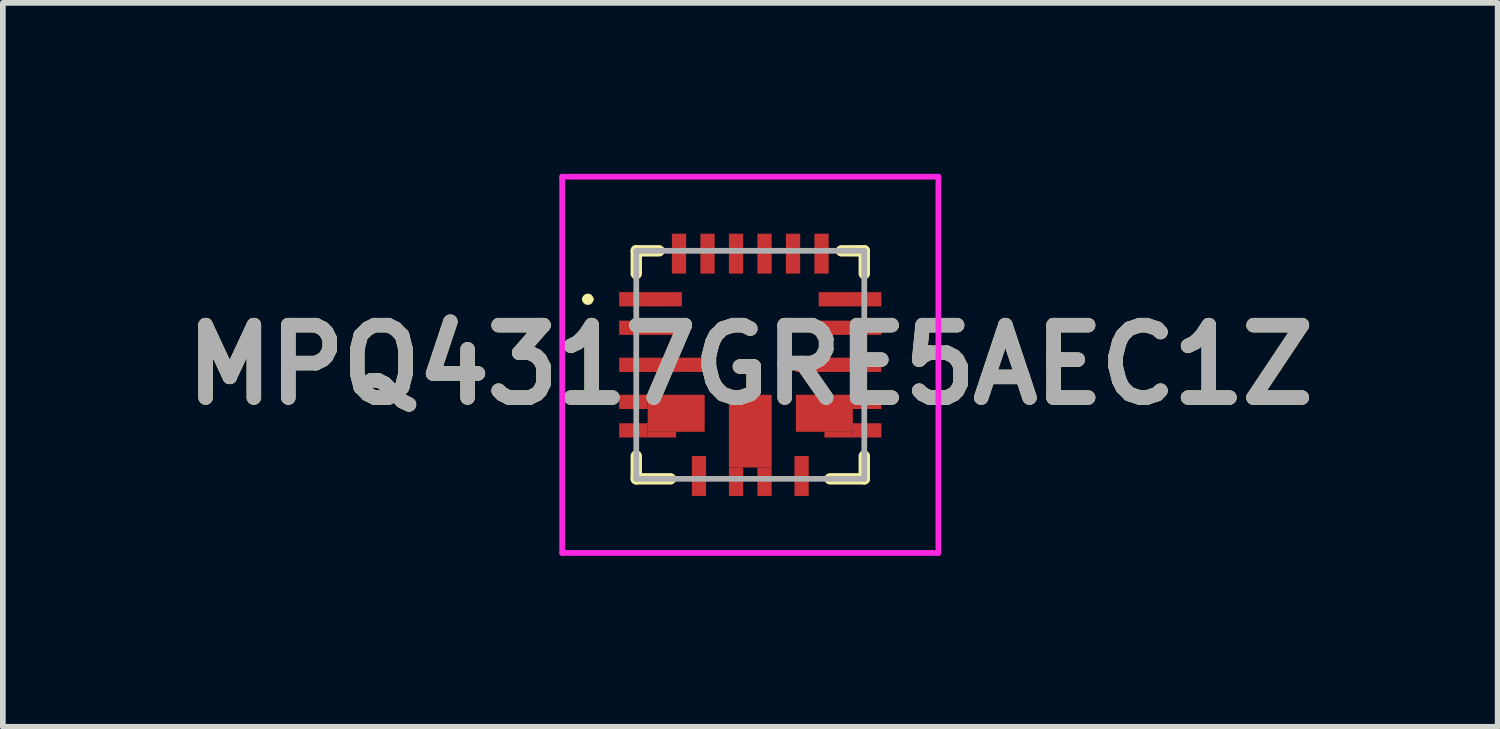
<source format=kicad_pcb>
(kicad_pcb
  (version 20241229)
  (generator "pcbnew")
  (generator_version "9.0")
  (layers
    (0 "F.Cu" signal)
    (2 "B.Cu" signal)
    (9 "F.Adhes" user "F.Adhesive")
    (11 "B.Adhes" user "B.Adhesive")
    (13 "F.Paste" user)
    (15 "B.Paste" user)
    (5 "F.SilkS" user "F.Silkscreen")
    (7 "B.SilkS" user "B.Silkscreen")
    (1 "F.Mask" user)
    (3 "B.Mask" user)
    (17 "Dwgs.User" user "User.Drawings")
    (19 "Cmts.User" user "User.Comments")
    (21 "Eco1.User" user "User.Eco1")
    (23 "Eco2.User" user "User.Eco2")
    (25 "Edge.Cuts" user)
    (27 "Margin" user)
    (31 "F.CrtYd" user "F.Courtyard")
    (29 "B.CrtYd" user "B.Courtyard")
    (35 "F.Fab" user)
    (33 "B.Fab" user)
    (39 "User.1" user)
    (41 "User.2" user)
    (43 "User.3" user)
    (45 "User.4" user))
  (footprint "MPQ4317GRE5AEC1Z"
    (layer "F.Cu")
    (at 10.112 3.35)
    (property "Reference" "MPQ4317GRE5AEC1Z" (at 0 0 0) (layer "F.SilkS") (effects (font (size 1.27 1.27) (thickness 0.254))))
    (attr smd)
    (fp_line (start -2.9 -1.15) (end -2.9 -1.15) (stroke (width 0.1) (type solid)) (layer "F.SilkS"))
    (fp_line (start -2.8 -1.15) (end -2.8 -1.15) (stroke (width 0.1) (type solid)) (layer "F.SilkS"))
    (fp_line (start -2 -2) (end -2 -1.6) (stroke (width 0.2) (type solid)) (layer "F.SilkS"))
    (fp_line (start -2 1.6) (end -2 2) (stroke (width 0.2) (type solid)) (layer "F.SilkS"))
    (fp_line (start -2 2) (end -1.4 2) (stroke (width 0.2) (type solid)) (layer "F.SilkS"))
    (fp_line (start -1.6 -2) (end -2 -2) (stroke (width 0.2) (type solid)) (layer "F.SilkS"))
    (fp_line (start 1.6 -2) (end 2 -2) (stroke (width 0.2) (type solid)) (layer "F.SilkS"))
    (fp_line (start 2 -2) (end 2 -1.6) (stroke (width 0.2) (type solid)) (layer "F.SilkS"))
    (fp_line (start 2 1.6) (end 2 2) (stroke (width 0.2) (type solid)) (layer "F.SilkS"))
    (fp_line (start 2 2) (end 1.4 2) (stroke (width 0.2) (type solid)) (layer "F.SilkS"))
    (fp_arc (start -2.9 -1.15) (mid -2.85 -1.2) (end -2.8 -1.15) (stroke (width 0.1) (type solid)) (layer "F.SilkS"))
    (fp_arc (start -2.8 -1.15) (mid -2.85 -1.1) (end -2.9 -1.15) (stroke (width 0.1) (type solid)) (layer "F.SilkS"))
    (fp_line (start -3.3 -3.3) (end 3.3 -3.3) (stroke (width 0.1) (type solid)) (layer "F.CrtYd"))
    (fp_line (start -3.3 3.3) (end -3.3 -3.3) (stroke (width 0.1) (type solid)) (layer "F.CrtYd"))
    (fp_line (start 3.3 -3.3) (end 3.3 3.3) (stroke (width 0.1) (type solid)) (layer "F.CrtYd"))
    (fp_line (start 3.3 3.3) (end -3.3 3.3) (stroke (width 0.1) (type solid)) (layer "F.CrtYd"))
    (fp_line (start -2 -2) (end 2 -2) (stroke (width 0.1) (type solid)) (layer "F.Fab"))
    (fp_line (start -2 2) (end -2 -2) (stroke (width 0.1) (type solid)) (layer "F.Fab"))
    (fp_line (start 2 -2) (end 2 2) (stroke (width 0.1) (type solid)) (layer "F.Fab"))
    (fp_line (start 2 2) (end -2 2) (stroke (width 0.1) (type solid)) (layer "F.Fab"))
    (fp_text user "${REFERENCE}" (at 0 0 0) (layer "F.Fab") (effects (font (size 1.27 1.27) (thickness 0.254))))
    (pad "1" smd rect (at -1.75 -1.15 90) (size 0.25 1.1) (layers "F.Cu" "F.Mask" "F.Paste"))
    (pad "2" smd rect (at -1.75 -0.65 90) (size 0.25 1.1) (layers "F.Cu" "F.Mask" "F.Paste"))
    (pad "3" smd rect (at -1.55 0 90) (size 0.25 1.5) (layers "F.Cu" "F.Mask" "F.Paste"))
    (pad "4" smd rect (at -2.05 0.65 90) (size 0.25 0.5) (layers "F.Cu" "F.Mask" "F.Paste"))
    (pad "5" smd rect (at -2.05 1.15 90) (size 0.25 0.5) (layers "F.Cu" "F.Mask" "F.Paste"))
    (pad "6" smd rect (at -0.9 1.95) (size 0.25 0.7) (layers "F.Cu" "F.Mask" "F.Paste"))
    (pad "7" smd rect (at -0.25 2.05) (size 0.25 0.5) (layers "F.Cu" "F.Mask" "F.Paste"))
    (pad "8" smd rect (at 0.25 2.05) (size 0.25 0.5) (layers "F.Cu" "F.Mask" "F.Paste"))
    (pad "9" smd rect (at 0.9 1.95) (size 0.25 0.7) (layers "F.Cu" "F.Mask" "F.Paste"))
    (pad "10" smd rect (at 2.05 1.15 90) (size 0.25 0.5) (layers "F.Cu" "F.Mask" "F.Paste"))
    (pad "11" smd rect (at 2.05 0.65 90) (size 0.25 0.5) (layers "F.Cu" "F.Mask" "F.Paste"))
    (pad "12" smd rect (at 1.55 0 90) (size 0.25 1.5) (layers "F.Cu" "F.Mask" "F.Paste"))
    (pad "13" smd rect (at 1.75 -0.65 90) (size 0.25 1.1) (layers "F.Cu" "F.Mask" "F.Paste"))
    (pad "14" smd rect (at 1.75 -1.15 90) (size 0.25 1.1) (layers "F.Cu" "F.Mask" "F.Paste"))
    (pad "15" smd rect (at 1.25 -1.95) (size 0.25 0.7) (layers "F.Cu" "F.Mask" "F.Paste"))
    (pad "16" smd rect (at 0.75 -1.95) (size 0.25 0.7) (layers "F.Cu" "F.Mask" "F.Paste"))
    (pad "17" smd rect (at 0.25 -1.95) (size 0.25 0.7) (layers "F.Cu" "F.Mask" "F.Paste"))
    (pad "18" smd rect (at -0.25 -1.95) (size 0.25 0.7) (layers "F.Cu" "F.Mask" "F.Paste"))
    (pad "19" smd rect (at -0.75 -1.95) (size 0.25 0.7) (layers "F.Cu" "F.Mask" "F.Paste"))
    (pad "20" smd rect (at -1.25 -1.95) (size 0.25 0.7) (layers "F.Cu" "F.Mask" "F.Paste"))
    (pad "21" smd rect (at -1.3 0.85 90) (size 0.65 1) (layers "F.Cu" "F.Mask" "F.Paste"))
    (pad "22" smd rect (at -1.55 1.225 90) (size 0.1 0.5) (layers "F.Cu" "F.Mask" "F.Paste"))
    (pad "23" smd rect (at 0 1.163) (size 0.75 1.275) (layers "F.Cu" "F.Mask" "F.Paste"))
    (pad "24" smd rect (at 1.55 1.225 90) (size 0.1 0.5) (layers "F.Cu" "F.Mask" "F.Paste"))
    (pad "25" smd rect (at 1.3 0.85 90) (size 0.65 1) (layers "F.Cu" "F.Mask" "F.Paste")))
  (gr_rect
    (start -3 -3)
    (end 23.223 9.7)
    (stroke (width 0.1) (type default))
    (fill no)
    (layer "Edge.Cuts")))
</source>
